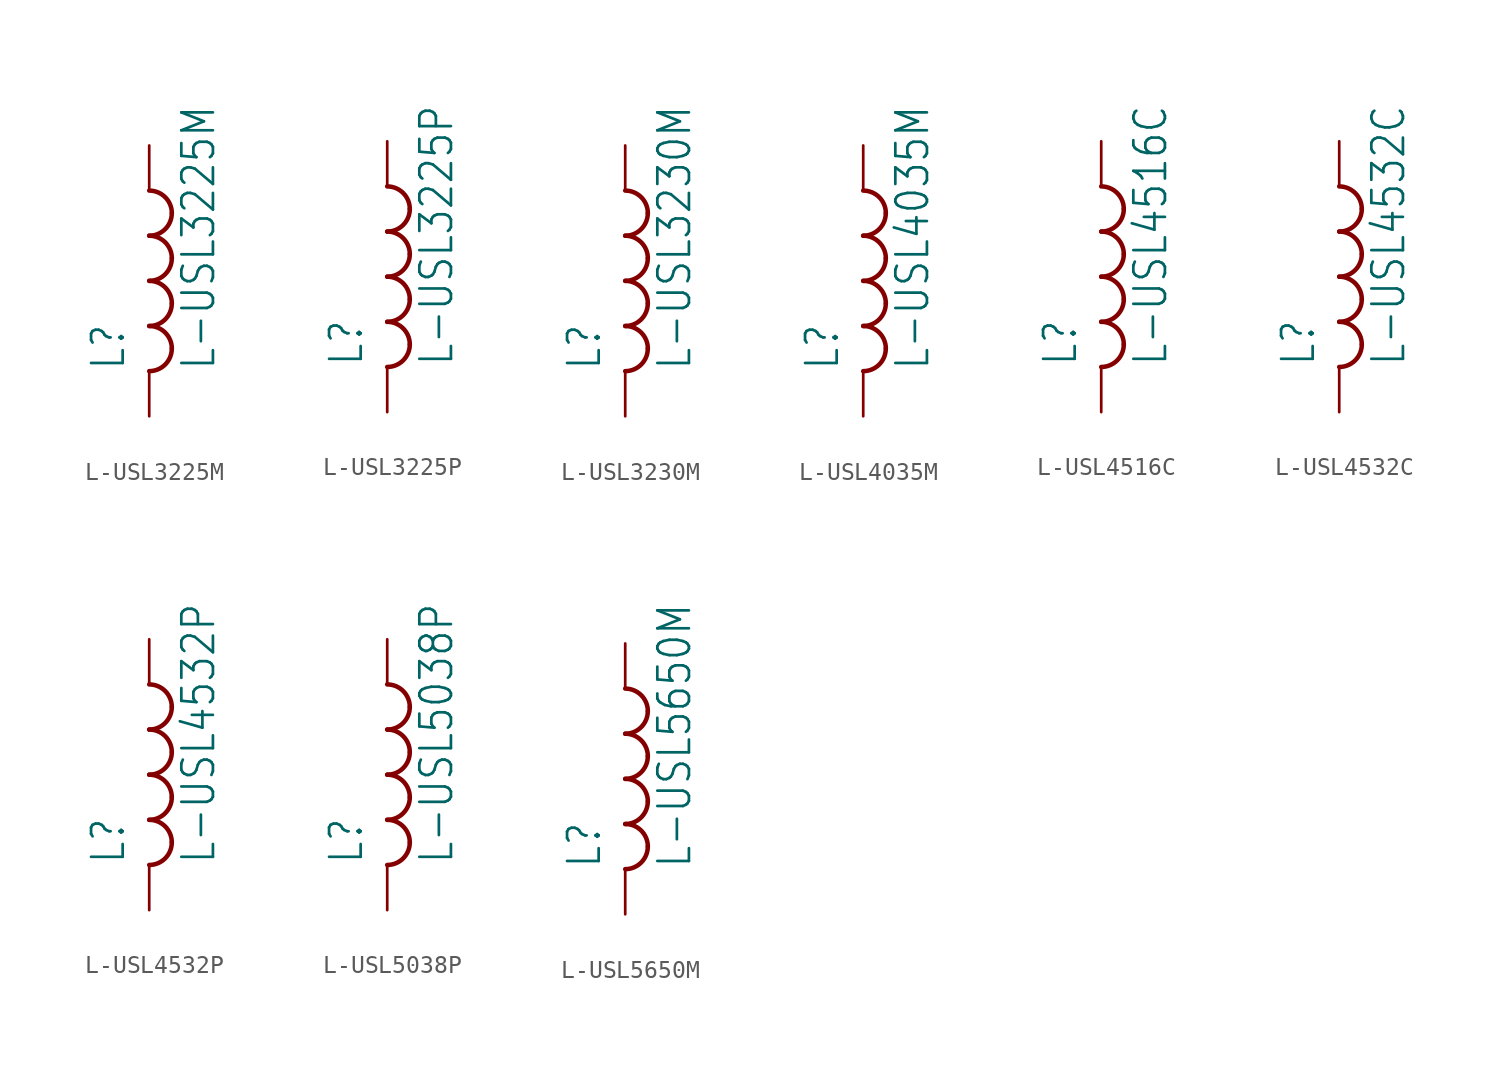
<source format=kicad_sym>
(kicad_symbol_lib
  (version 20220914)
  (generator kicad_symbol_editor)
  (symbol "L-USL3225M"
    (property "Reference" "L"
      (at -1.27 -5.08 90)
      (effects (font (size 1.778 1.511)) (justify left bottom)))
    (property "Value" "L-USL3225M"
      (at 3.81 -5.08 90)
      (effects (font (size 1.778 1.511)) (justify left bottom)))
    (property "ki_locked" ""
      (at 0 0 0)
      (effects (font (size 1.27 1.27))))
    (symbol "L-USL3225M_1_0"
      (arc (start 0 -5.08) (mid 0.898 -4.708) (end 1.27 -3.81) (stroke (width 0.254) (type default)) (fill (type none)))
      (arc (start 0 -2.54) (mid 0.898 -2.168) (end 1.27 -1.27) (stroke (width 0.254) (type default)) (fill (type none)))
      (arc (start 0 0) (mid 0.898 0.372) (end 1.27 1.27) (stroke (width 0.254) (type default)) (fill (type none)))
      (arc (start 0 2.54) (mid 0.898 2.912) (end 1.27 3.81) (stroke (width 0.254) (type default)) (fill (type none)))
      (arc (start 1.27 -3.81) (mid 0.898 -2.912) (end 0 -2.54) (stroke (width 0.254) (type default)) (fill (type none)))
      (arc (start 1.27 -1.27) (mid 0.898 -0.372) (end 0 0) (stroke (width 0.254) (type default)) (fill (type none)))
      (arc (start 1.27 1.27) (mid 0.898 2.168) (end 0 2.54) (stroke (width 0.254) (type default)) (fill (type none)))
      (arc (start 1.27 3.81) (mid 0.898 4.708) (end 0 5.08) (stroke (width 0.254) (type default)) (fill (type none)))
      (pin passive line (at 0 7.62 270) (length 2.54) (name "1" (effects (font (size 0 0)))) (number "1" (effects (font (size 0 0)))))
      (pin passive line (at 0 -7.62 90) (length 2.54) (name "2" (effects (font (size 0 0)))) (number "2" (effects (font (size 0 0)))))))
  (symbol "L-USL3225P"
    (property "Reference" "L"
      (at -1.27 -5.08 90)
      (effects (font (size 1.778 1.511)) (justify left bottom)))
    (property "Value" "L-USL3225P"
      (at 3.81 -5.08 90)
      (effects (font (size 1.778 1.511)) (justify left bottom)))
    (property "ki_locked" ""
      (at 0 0 0)
      (effects (font (size 1.27 1.27))))
    (symbol "L-USL3225P_1_0"
      (arc (start 0 -5.08) (mid 0.898 -4.708) (end 1.27 -3.81) (stroke (width 0.254) (type default)) (fill (type none)))
      (arc (start 0 -2.54) (mid 0.898 -2.168) (end 1.27 -1.27) (stroke (width 0.254) (type default)) (fill (type none)))
      (arc (start 0 0) (mid 0.898 0.372) (end 1.27 1.27) (stroke (width 0.254) (type default)) (fill (type none)))
      (arc (start 0 2.54) (mid 0.898 2.912) (end 1.27 3.81) (stroke (width 0.254) (type default)) (fill (type none)))
      (arc (start 1.27 -3.81) (mid 0.898 -2.912) (end 0 -2.54) (stroke (width 0.254) (type default)) (fill (type none)))
      (arc (start 1.27 -1.27) (mid 0.898 -0.372) (end 0 0) (stroke (width 0.254) (type default)) (fill (type none)))
      (arc (start 1.27 1.27) (mid 0.898 2.168) (end 0 2.54) (stroke (width 0.254) (type default)) (fill (type none)))
      (arc (start 1.27 3.81) (mid 0.898 4.708) (end 0 5.08) (stroke (width 0.254) (type default)) (fill (type none)))
      (pin passive line (at 0 7.62 270) (length 2.54) (name "1" (effects (font (size 0 0)))) (number "1" (effects (font (size 0 0)))))
      (pin passive line (at 0 -7.62 90) (length 2.54) (name "2" (effects (font (size 0 0)))) (number "2" (effects (font (size 0 0)))))))
  (symbol "L-USL3230M"
    (property "Reference" "L"
      (at -1.27 -5.08 90)
      (effects (font (size 1.778 1.511)) (justify left bottom)))
    (property "Value" "L-USL3230M"
      (at 3.81 -5.08 90)
      (effects (font (size 1.778 1.511)) (justify left bottom)))
    (property "ki_locked" ""
      (at 0 0 0)
      (effects (font (size 1.27 1.27))))
    (symbol "L-USL3230M_1_0"
      (arc (start 0 -5.08) (mid 0.898 -4.708) (end 1.27 -3.81) (stroke (width 0.254) (type default)) (fill (type none)))
      (arc (start 0 -2.54) (mid 0.898 -2.168) (end 1.27 -1.27) (stroke (width 0.254) (type default)) (fill (type none)))
      (arc (start 0 0) (mid 0.898 0.372) (end 1.27 1.27) (stroke (width 0.254) (type default)) (fill (type none)))
      (arc (start 0 2.54) (mid 0.898 2.912) (end 1.27 3.81) (stroke (width 0.254) (type default)) (fill (type none)))
      (arc (start 1.27 -3.81) (mid 0.898 -2.912) (end 0 -2.54) (stroke (width 0.254) (type default)) (fill (type none)))
      (arc (start 1.27 -1.27) (mid 0.898 -0.372) (end 0 0) (stroke (width 0.254) (type default)) (fill (type none)))
      (arc (start 1.27 1.27) (mid 0.898 2.168) (end 0 2.54) (stroke (width 0.254) (type default)) (fill (type none)))
      (arc (start 1.27 3.81) (mid 0.898 4.708) (end 0 5.08) (stroke (width 0.254) (type default)) (fill (type none)))
      (pin passive line (at 0 7.62 270) (length 2.54) (name "1" (effects (font (size 0 0)))) (number "1" (effects (font (size 0 0)))))
      (pin passive line (at 0 -7.62 90) (length 2.54) (name "2" (effects (font (size 0 0)))) (number "2" (effects (font (size 0 0)))))))
  (symbol "L-USL4035M"
    (property "Reference" "L"
      (at -1.27 -5.08 90)
      (effects (font (size 1.778 1.511)) (justify left bottom)))
    (property "Value" "L-USL4035M"
      (at 3.81 -5.08 90)
      (effects (font (size 1.778 1.511)) (justify left bottom)))
    (property "ki_locked" ""
      (at 0 0 0)
      (effects (font (size 1.27 1.27))))
    (symbol "L-USL4035M_1_0"
      (arc (start 0 -5.08) (mid 0.898 -4.708) (end 1.27 -3.81) (stroke (width 0.254) (type default)) (fill (type none)))
      (arc (start 0 -2.54) (mid 0.898 -2.168) (end 1.27 -1.27) (stroke (width 0.254) (type default)) (fill (type none)))
      (arc (start 0 0) (mid 0.898 0.372) (end 1.27 1.27) (stroke (width 0.254) (type default)) (fill (type none)))
      (arc (start 0 2.54) (mid 0.898 2.912) (end 1.27 3.81) (stroke (width 0.254) (type default)) (fill (type none)))
      (arc (start 1.27 -3.81) (mid 0.898 -2.912) (end 0 -2.54) (stroke (width 0.254) (type default)) (fill (type none)))
      (arc (start 1.27 -1.27) (mid 0.898 -0.372) (end 0 0) (stroke (width 0.254) (type default)) (fill (type none)))
      (arc (start 1.27 1.27) (mid 0.898 2.168) (end 0 2.54) (stroke (width 0.254) (type default)) (fill (type none)))
      (arc (start 1.27 3.81) (mid 0.898 4.708) (end 0 5.08) (stroke (width 0.254) (type default)) (fill (type none)))
      (pin passive line (at 0 7.62 270) (length 2.54) (name "1" (effects (font (size 0 0)))) (number "1" (effects (font (size 0 0)))))
      (pin passive line (at 0 -7.62 90) (length 2.54) (name "2" (effects (font (size 0 0)))) (number "2" (effects (font (size 0 0)))))))
  (symbol "L-USL4516C"
    (property "Reference" "L"
      (at -1.27 -5.08 90)
      (effects (font (size 1.778 1.511)) (justify left bottom)))
    (property "Value" "L-USL4516C"
      (at 3.81 -5.08 90)
      (effects (font (size 1.778 1.511)) (justify left bottom)))
    (property "ki_locked" ""
      (at 0 0 0)
      (effects (font (size 1.27 1.27))))
    (symbol "L-USL4516C_1_0"
      (arc (start 0 -5.08) (mid 0.898 -4.708) (end 1.27 -3.81) (stroke (width 0.254) (type default)) (fill (type none)))
      (arc (start 0 -2.54) (mid 0.898 -2.168) (end 1.27 -1.27) (stroke (width 0.254) (type default)) (fill (type none)))
      (arc (start 0 0) (mid 0.898 0.372) (end 1.27 1.27) (stroke (width 0.254) (type default)) (fill (type none)))
      (arc (start 0 2.54) (mid 0.898 2.912) (end 1.27 3.81) (stroke (width 0.254) (type default)) (fill (type none)))
      (arc (start 1.27 -3.81) (mid 0.898 -2.912) (end 0 -2.54) (stroke (width 0.254) (type default)) (fill (type none)))
      (arc (start 1.27 -1.27) (mid 0.898 -0.372) (end 0 0) (stroke (width 0.254) (type default)) (fill (type none)))
      (arc (start 1.27 1.27) (mid 0.898 2.168) (end 0 2.54) (stroke (width 0.254) (type default)) (fill (type none)))
      (arc (start 1.27 3.81) (mid 0.898 4.708) (end 0 5.08) (stroke (width 0.254) (type default)) (fill (type none)))
      (pin passive line (at 0 7.62 270) (length 2.54) (name "1" (effects (font (size 0 0)))) (number "1" (effects (font (size 0 0)))))
      (pin passive line (at 0 -7.62 90) (length 2.54) (name "2" (effects (font (size 0 0)))) (number "2" (effects (font (size 0 0)))))))
  (symbol "L-USL4532C"
    (property "Reference" "L"
      (at -1.27 -5.08 90)
      (effects (font (size 1.778 1.511)) (justify left bottom)))
    (property "Value" "L-USL4532C"
      (at 3.81 -5.08 90)
      (effects (font (size 1.778 1.511)) (justify left bottom)))
    (property "ki_locked" ""
      (at 0 0 0)
      (effects (font (size 1.27 1.27))))
    (symbol "L-USL4532C_1_0"
      (arc (start 0 -5.08) (mid 0.898 -4.708) (end 1.27 -3.81) (stroke (width 0.254) (type default)) (fill (type none)))
      (arc (start 0 -2.54) (mid 0.898 -2.168) (end 1.27 -1.27) (stroke (width 0.254) (type default)) (fill (type none)))
      (arc (start 0 0) (mid 0.898 0.372) (end 1.27 1.27) (stroke (width 0.254) (type default)) (fill (type none)))
      (arc (start 0 2.54) (mid 0.898 2.912) (end 1.27 3.81) (stroke (width 0.254) (type default)) (fill (type none)))
      (arc (start 1.27 -3.81) (mid 0.898 -2.912) (end 0 -2.54) (stroke (width 0.254) (type default)) (fill (type none)))
      (arc (start 1.27 -1.27) (mid 0.898 -0.372) (end 0 0) (stroke (width 0.254) (type default)) (fill (type none)))
      (arc (start 1.27 1.27) (mid 0.898 2.168) (end 0 2.54) (stroke (width 0.254) (type default)) (fill (type none)))
      (arc (start 1.27 3.81) (mid 0.898 4.708) (end 0 5.08) (stroke (width 0.254) (type default)) (fill (type none)))
      (pin passive line (at 0 7.62 270) (length 2.54) (name "1" (effects (font (size 0 0)))) (number "1" (effects (font (size 0 0)))))
      (pin passive line (at 0 -7.62 90) (length 2.54) (name "2" (effects (font (size 0 0)))) (number "2" (effects (font (size 0 0)))))))
  (symbol "L-USL4532P"
    (property "Reference" "L"
      (at -1.27 -5.08 90)
      (effects (font (size 1.778 1.511)) (justify left bottom)))
    (property "Value" "L-USL4532P"
      (at 3.81 -5.08 90)
      (effects (font (size 1.778 1.511)) (justify left bottom)))
    (property "ki_locked" ""
      (at 0 0 0)
      (effects (font (size 1.27 1.27))))
    (symbol "L-USL4532P_1_0"
      (arc (start 0 -5.08) (mid 0.898 -4.708) (end 1.27 -3.81) (stroke (width 0.254) (type default)) (fill (type none)))
      (arc (start 0 -2.54) (mid 0.898 -2.168) (end 1.27 -1.27) (stroke (width 0.254) (type default)) (fill (type none)))
      (arc (start 0 0) (mid 0.898 0.372) (end 1.27 1.27) (stroke (width 0.254) (type default)) (fill (type none)))
      (arc (start 0 2.54) (mid 0.898 2.912) (end 1.27 3.81) (stroke (width 0.254) (type default)) (fill (type none)))
      (arc (start 1.27 -3.81) (mid 0.898 -2.912) (end 0 -2.54) (stroke (width 0.254) (type default)) (fill (type none)))
      (arc (start 1.27 -1.27) (mid 0.898 -0.372) (end 0 0) (stroke (width 0.254) (type default)) (fill (type none)))
      (arc (start 1.27 1.27) (mid 0.898 2.168) (end 0 2.54) (stroke (width 0.254) (type default)) (fill (type none)))
      (arc (start 1.27 3.81) (mid 0.898 4.708) (end 0 5.08) (stroke (width 0.254) (type default)) (fill (type none)))
      (pin passive line (at 0 7.62 270) (length 2.54) (name "1" (effects (font (size 0 0)))) (number "1" (effects (font (size 0 0)))))
      (pin passive line (at 0 -7.62 90) (length 2.54) (name "2" (effects (font (size 0 0)))) (number "2" (effects (font (size 0 0)))))))
  (symbol "L-USL5038P"
    (property "Reference" "L"
      (at -1.27 -5.08 90)
      (effects (font (size 1.778 1.511)) (justify left bottom)))
    (property "Value" "L-USL5038P"
      (at 3.81 -5.08 90)
      (effects (font (size 1.778 1.511)) (justify left bottom)))
    (property "ki_locked" ""
      (at 0 0 0)
      (effects (font (size 1.27 1.27))))
    (symbol "L-USL5038P_1_0"
      (arc (start 0 -5.08) (mid 0.898 -4.708) (end 1.27 -3.81) (stroke (width 0.254) (type default)) (fill (type none)))
      (arc (start 0 -2.54) (mid 0.898 -2.168) (end 1.27 -1.27) (stroke (width 0.254) (type default)) (fill (type none)))
      (arc (start 0 0) (mid 0.898 0.372) (end 1.27 1.27) (stroke (width 0.254) (type default)) (fill (type none)))
      (arc (start 0 2.54) (mid 0.898 2.912) (end 1.27 3.81) (stroke (width 0.254) (type default)) (fill (type none)))
      (arc (start 1.27 -3.81) (mid 0.898 -2.912) (end 0 -2.54) (stroke (width 0.254) (type default)) (fill (type none)))
      (arc (start 1.27 -1.27) (mid 0.898 -0.372) (end 0 0) (stroke (width 0.254) (type default)) (fill (type none)))
      (arc (start 1.27 1.27) (mid 0.898 2.168) (end 0 2.54) (stroke (width 0.254) (type default)) (fill (type none)))
      (arc (start 1.27 3.81) (mid 0.898 4.708) (end 0 5.08) (stroke (width 0.254) (type default)) (fill (type none)))
      (pin passive line (at 0 7.62 270) (length 2.54) (name "1" (effects (font (size 0 0)))) (number "1" (effects (font (size 0 0)))))
      (pin passive line (at 0 -7.62 90) (length 2.54) (name "2" (effects (font (size 0 0)))) (number "2" (effects (font (size 0 0)))))))
  (symbol "L-USL5650M"
    (property "Reference" "L"
      (at -1.27 -5.08 90)
      (effects (font (size 1.778 1.511)) (justify left bottom)))
    (property "Value" "L-USL5650M"
      (at 3.81 -5.08 90)
      (effects (font (size 1.778 1.511)) (justify left bottom)))
    (property "ki_locked" ""
      (at 0 0 0)
      (effects (font (size 1.27 1.27))))
    (symbol "L-USL5650M_1_0"
      (arc (start 0 -5.08) (mid 0.898 -4.708) (end 1.27 -3.81) (stroke (width 0.254) (type default)) (fill (type none)))
      (arc (start 0 -2.54) (mid 0.898 -2.168) (end 1.27 -1.27) (stroke (width 0.254) (type default)) (fill (type none)))
      (arc (start 0 0) (mid 0.898 0.372) (end 1.27 1.27) (stroke (width 0.254) (type default)) (fill (type none)))
      (arc (start 0 2.54) (mid 0.898 2.912) (end 1.27 3.81) (stroke (width 0.254) (type default)) (fill (type none)))
      (arc (start 1.27 -3.81) (mid 0.898 -2.912) (end 0 -2.54) (stroke (width 0.254) (type default)) (fill (type none)))
      (arc (start 1.27 -1.27) (mid 0.898 -0.372) (end 0 0) (stroke (width 0.254) (type default)) (fill (type none)))
      (arc (start 1.27 1.27) (mid 0.898 2.168) (end 0 2.54) (stroke (width 0.254) (type default)) (fill (type none)))
      (arc (start 1.27 3.81) (mid 0.898 4.708) (end 0 5.08) (stroke (width 0.254) (type default)) (fill (type none)))
      (pin passive line (at 0 7.62 270) (length 2.54) (name "1" (effects (font (size 0 0)))) (number "1" (effects (font (size 0 0)))))
      (pin passive line (at 0 -7.62 90) (length 2.54) (name "2" (effects (font (size 0 0)))) (number "2" (effects (font (size 0 0))))))))
</source>
